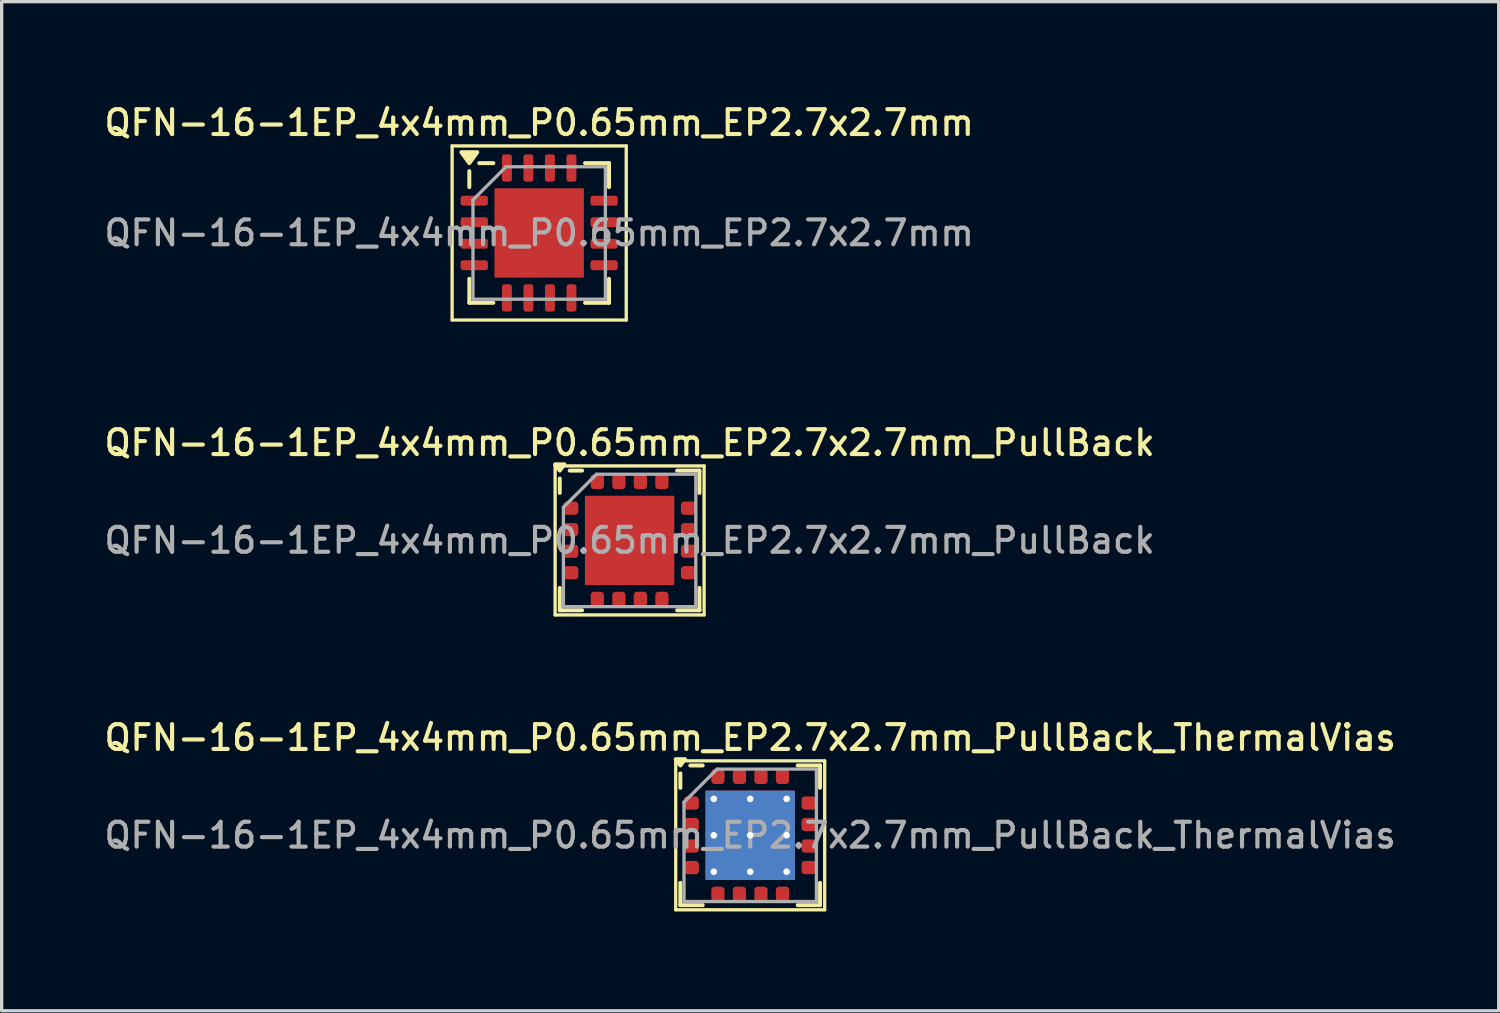
<source format=kicad_pcb>
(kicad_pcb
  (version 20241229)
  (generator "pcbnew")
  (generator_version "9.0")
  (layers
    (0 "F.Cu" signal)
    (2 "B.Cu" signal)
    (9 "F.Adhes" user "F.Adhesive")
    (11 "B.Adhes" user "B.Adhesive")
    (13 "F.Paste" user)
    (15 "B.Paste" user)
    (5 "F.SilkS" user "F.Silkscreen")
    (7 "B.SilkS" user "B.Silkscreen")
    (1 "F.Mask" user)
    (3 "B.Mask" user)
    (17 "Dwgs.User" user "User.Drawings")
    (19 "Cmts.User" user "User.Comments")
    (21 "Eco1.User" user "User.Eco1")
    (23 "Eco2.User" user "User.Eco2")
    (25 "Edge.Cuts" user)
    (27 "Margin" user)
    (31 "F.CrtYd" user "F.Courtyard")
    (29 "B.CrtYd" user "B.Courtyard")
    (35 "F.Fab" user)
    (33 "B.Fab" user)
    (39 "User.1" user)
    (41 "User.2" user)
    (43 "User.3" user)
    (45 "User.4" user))
  (footprint "QFN-16-1EP_4x4mm_P0.65mm_EP2.7x2.7mm_PullBack"
    (layer "F.Cu")
    (at 15.97 13.276)
    (property "Reference" "QFN-16-1EP_4x4mm_P0.65mm_EP2.7x2.7mm_PullBack" (at 0 -2.95 0) (layer "F.SilkS") (effects (font (size 0.75 0.75) (thickness 0.125))))
    (attr smd)
    (fp_line (start -2.25 -2.25) (end -2.25 2.25) (stroke (width 0.1) (type solid)) (layer "F.SilkS"))
    (fp_line (start -2.25 2.25) (end 2.25 2.25) (stroke (width 0.1) (type solid)) (layer "F.SilkS"))
    (fp_line (start -2.11 -1.435) (end -2.11 -1.87) (stroke (width 0.12) (type solid)) (layer "F.SilkS"))
    (fp_line (start -2.11 2.11) (end -2.11 1.435) (stroke (width 0.12) (type solid)) (layer "F.SilkS"))
    (fp_line (start -1.435 -2.11) (end -1.81 -2.11) (stroke (width 0.12) (type solid)) (layer "F.SilkS"))
    (fp_line (start -1.435 2.11) (end -2.11 2.11) (stroke (width 0.12) (type solid)) (layer "F.SilkS"))
    (fp_line (start 1.435 -2.11) (end 2.11 -2.11) (stroke (width 0.12) (type solid)) (layer "F.SilkS"))
    (fp_line (start 1.435 2.11) (end 2.11 2.11) (stroke (width 0.12) (type solid)) (layer "F.SilkS"))
    (fp_line (start 2.11 -2.11) (end 2.11 -1.435) (stroke (width 0.12) (type solid)) (layer "F.SilkS"))
    (fp_line (start 2.11 2.11) (end 2.11 1.435) (stroke (width 0.12) (type solid)) (layer "F.SilkS"))
    (fp_line (start 2.25 -2.25) (end -2.25 -2.25) (stroke (width 0.1) (type solid)) (layer "F.SilkS"))
    (fp_line (start 2.25 2.25) (end 2.25 -2.25) (stroke (width 0.1) (type solid)) (layer "F.SilkS"))
    (fp_poly (pts (xy -2.11 -2.11) (xy -2.25 -2.3) (xy -1.97 -2.3) (xy -2.11 -2.11)) (stroke (width 0.12) (type solid)) (fill yes) (layer "F.SilkS"))
    (fp_line (start -2 -1) (end -1 -2) (stroke (width 0.1) (type solid)) (layer "F.Fab"))
    (fp_line (start -2 2) (end -2 -1) (stroke (width 0.1) (type solid)) (layer "F.Fab"))
    (fp_line (start -1 -2) (end 2 -2) (stroke (width 0.1) (type solid)) (layer "F.Fab"))
    (fp_line (start 2 -2) (end 2 2) (stroke (width 0.1) (type solid)) (layer "F.Fab"))
    (fp_line (start 2 2) (end -2 2) (stroke (width 0.1) (type solid)) (layer "F.Fab"))
    (fp_text user "${REFERENCE}" (at 0 0 0) (layer "F.Fab") (effects (font (size 0.75 0.75) (thickness 0.125))))
    (pad "" smd roundrect (at -0.675 -0.675) (size 1.09 1.09) (layers "F.Paste") (roundrect_rratio 0.229))
    (pad "" smd roundrect (at -0.675 0.675) (size 1.09 1.09) (layers "F.Paste") (roundrect_rratio 0.229))
    (pad "" smd roundrect (at 0.675 -0.675) (size 1.09 1.09) (layers "F.Paste") (roundrect_rratio 0.229))
    (pad "" smd roundrect (at 0.675 0.675) (size 1.09 1.09) (layers "F.Paste") (roundrect_rratio 0.229))
    (pad "1" smd roundrect (at -1.775 -0.975) (size 0.45 0.4) (layers "F.Cu" "F.Mask" "F.Paste") (roundrect_rratio 0.25))
    (pad "2" smd roundrect (at -1.775 -0.325) (size 0.45 0.4) (layers "F.Cu" "F.Mask" "F.Paste") (roundrect_rratio 0.25))
    (pad "3" smd roundrect (at -1.775 0.325) (size 0.45 0.4) (layers "F.Cu" "F.Mask" "F.Paste") (roundrect_rratio 0.25))
    (pad "4" smd roundrect (at -1.775 0.975) (size 0.45 0.4) (layers "F.Cu" "F.Mask" "F.Paste") (roundrect_rratio 0.25))
    (pad "5" smd roundrect (at -0.975 1.775) (size 0.4 0.45) (layers "F.Cu" "F.Mask" "F.Paste") (roundrect_rratio 0.25))
    (pad "6" smd roundrect (at -0.325 1.775) (size 0.4 0.45) (layers "F.Cu" "F.Mask" "F.Paste") (roundrect_rratio 0.25))
    (pad "7" smd roundrect (at 0.325 1.775) (size 0.4 0.45) (layers "F.Cu" "F.Mask" "F.Paste") (roundrect_rratio 0.25))
    (pad "8" smd roundrect (at 0.975 1.775) (size 0.4 0.45) (layers "F.Cu" "F.Mask" "F.Paste") (roundrect_rratio 0.25))
    (pad "9" smd roundrect (at 1.775 0.975) (size 0.45 0.4) (layers "F.Cu" "F.Mask" "F.Paste") (roundrect_rratio 0.25))
    (pad "10" smd roundrect (at 1.775 0.325) (size 0.45 0.4) (layers "F.Cu" "F.Mask" "F.Paste") (roundrect_rratio 0.25))
    (pad "11" smd roundrect (at 1.775 -0.325) (size 0.45 0.4) (layers "F.Cu" "F.Mask" "F.Paste") (roundrect_rratio 0.25))
    (pad "12" smd roundrect (at 1.775 -0.975) (size 0.45 0.4) (layers "F.Cu" "F.Mask" "F.Paste") (roundrect_rratio 0.25))
    (pad "13" smd roundrect (at 0.975 -1.775) (size 0.4 0.45) (layers "F.Cu" "F.Mask" "F.Paste") (roundrect_rratio 0.25))
    (pad "14" smd roundrect (at 0.325 -1.775) (size 0.4 0.45) (layers "F.Cu" "F.Mask" "F.Paste") (roundrect_rratio 0.25))
    (pad "15" smd roundrect (at -0.325 -1.775) (size 0.4 0.45) (layers "F.Cu" "F.Mask" "F.Paste") (roundrect_rratio 0.25))
    (pad "16" smd roundrect (at -0.975 -1.775) (size 0.4 0.45) (layers "F.Cu" "F.Mask" "F.Paste") (roundrect_rratio 0.25))
    (pad "17" smd rect (at 0 0) (size 2.7 2.7) (property pad_prop_heatsink) (layers "F.Cu" "F.Mask")))
  (footprint "QFN-16-1EP_4x4mm_P0.65mm_EP2.7x2.7mm"
    (layer "F.Cu")
    (at 13.238 3.988)
    (property "Reference" "QFN-16-1EP_4x4mm_P0.65mm_EP2.7x2.7mm" (at 0 -3.33 0) (layer "F.SilkS") (effects (font (size 0.75 0.75) (thickness 0.125))))
    (attr smd)
    (fp_line (start -2.63 -2.63) (end -2.63 2.63) (stroke (width 0.1) (type solid)) (layer "F.SilkS"))
    (fp_line (start -2.63 2.63) (end 2.63 2.63) (stroke (width 0.1) (type solid)) (layer "F.SilkS"))
    (fp_line (start -2.11 -1.385) (end -2.11 -1.87) (stroke (width 0.12) (type solid)) (layer "F.SilkS"))
    (fp_line (start -2.11 2.11) (end -2.11 1.385) (stroke (width 0.12) (type solid)) (layer "F.SilkS"))
    (fp_line (start -1.385 -2.11) (end -1.81 -2.11) (stroke (width 0.12) (type solid)) (layer "F.SilkS"))
    (fp_line (start -1.385 2.11) (end -2.11 2.11) (stroke (width 0.12) (type solid)) (layer "F.SilkS"))
    (fp_line (start 1.385 -2.11) (end 2.11 -2.11) (stroke (width 0.12) (type solid)) (layer "F.SilkS"))
    (fp_line (start 1.385 2.11) (end 2.11 2.11) (stroke (width 0.12) (type solid)) (layer "F.SilkS"))
    (fp_line (start 2.11 -2.11) (end 2.11 -1.385) (stroke (width 0.12) (type solid)) (layer "F.SilkS"))
    (fp_line (start 2.11 2.11) (end 2.11 1.385) (stroke (width 0.12) (type solid)) (layer "F.SilkS"))
    (fp_line (start 2.63 -2.63) (end -2.63 -2.63) (stroke (width 0.1) (type solid)) (layer "F.SilkS"))
    (fp_line (start 2.63 2.63) (end 2.63 -2.63) (stroke (width 0.1) (type solid)) (layer "F.SilkS"))
    (fp_poly (pts (xy -2.11 -2.11) (xy -2.35 -2.44) (xy -1.87 -2.44) (xy -2.11 -2.11)) (stroke (width 0.12) (type solid)) (fill yes) (layer "F.SilkS"))
    (fp_line (start -2 -1) (end -1 -2) (stroke (width 0.1) (type solid)) (layer "F.Fab"))
    (fp_line (start -2 2) (end -2 -1) (stroke (width 0.1) (type solid)) (layer "F.Fab"))
    (fp_line (start -1 -2) (end 2 -2) (stroke (width 0.1) (type solid)) (layer "F.Fab"))
    (fp_line (start 2 -2) (end 2 2) (stroke (width 0.1) (type solid)) (layer "F.Fab"))
    (fp_line (start 2 2) (end -2 2) (stroke (width 0.1) (type solid)) (layer "F.Fab"))
    (fp_text user "${REFERENCE}" (at 0 0 0) (layer "F.Fab") (effects (font (size 0.75 0.75) (thickness 0.125))))
    (pad "" smd roundrect (at -0.675 -0.675) (size 1.09 1.09) (layers "F.Paste") (roundrect_rratio 0.229))
    (pad "" smd roundrect (at -0.675 0.675) (size 1.09 1.09) (layers "F.Paste") (roundrect_rratio 0.229))
    (pad "" smd roundrect (at 0.675 -0.675) (size 1.09 1.09) (layers "F.Paste") (roundrect_rratio 0.229))
    (pad "" smd roundrect (at 0.675 0.675) (size 1.09 1.09) (layers "F.Paste") (roundrect_rratio 0.229))
    (pad "1" smd roundrect (at -1.962 -0.975) (size 0.825 0.3) (layers "F.Cu" "F.Mask" "F.Paste") (roundrect_rratio 0.25))
    (pad "2" smd roundrect (at -1.962 -0.325) (size 0.825 0.3) (layers "F.Cu" "F.Mask" "F.Paste") (roundrect_rratio 0.25))
    (pad "3" smd roundrect (at -1.962 0.325) (size 0.825 0.3) (layers "F.Cu" "F.Mask" "F.Paste") (roundrect_rratio 0.25))
    (pad "4" smd roundrect (at -1.962 0.975) (size 0.825 0.3) (layers "F.Cu" "F.Mask" "F.Paste") (roundrect_rratio 0.25))
    (pad "5" smd roundrect (at -0.975 1.962) (size 0.3 0.825) (layers "F.Cu" "F.Mask" "F.Paste") (roundrect_rratio 0.25))
    (pad "6" smd roundrect (at -0.325 1.962) (size 0.3 0.825) (layers "F.Cu" "F.Mask" "F.Paste") (roundrect_rratio 0.25))
    (pad "7" smd roundrect (at 0.325 1.962) (size 0.3 0.825) (layers "F.Cu" "F.Mask" "F.Paste") (roundrect_rratio 0.25))
    (pad "8" smd roundrect (at 0.975 1.962) (size 0.3 0.825) (layers "F.Cu" "F.Mask" "F.Paste") (roundrect_rratio 0.25))
    (pad "9" smd roundrect (at 1.962 0.975) (size 0.825 0.3) (layers "F.Cu" "F.Mask" "F.Paste") (roundrect_rratio 0.25))
    (pad "10" smd roundrect (at 1.962 0.325) (size 0.825 0.3) (layers "F.Cu" "F.Mask" "F.Paste") (roundrect_rratio 0.25))
    (pad "11" smd roundrect (at 1.962 -0.325) (size 0.825 0.3) (layers "F.Cu" "F.Mask" "F.Paste") (roundrect_rratio 0.25))
    (pad "12" smd roundrect (at 1.962 -0.975) (size 0.825 0.3) (layers "F.Cu" "F.Mask" "F.Paste") (roundrect_rratio 0.25))
    (pad "13" smd roundrect (at 0.975 -1.962) (size 0.3 0.825) (layers "F.Cu" "F.Mask" "F.Paste") (roundrect_rratio 0.25))
    (pad "14" smd roundrect (at 0.325 -1.962) (size 0.3 0.825) (layers "F.Cu" "F.Mask" "F.Paste") (roundrect_rratio 0.25))
    (pad "15" smd roundrect (at -0.325 -1.962) (size 0.3 0.825) (layers "F.Cu" "F.Mask" "F.Paste") (roundrect_rratio 0.25))
    (pad "16" smd roundrect (at -0.975 -1.962) (size 0.3 0.825) (layers "F.Cu" "F.Mask" "F.Paste") (roundrect_rratio 0.25))
    (pad "17" smd rect (at 0 0) (size 2.7 2.7) (property pad_prop_heatsink) (layers "F.Cu" "F.Mask")))
  (footprint "QFN-16-1EP_4x4mm_P0.65mm_EP2.7x2.7mm_PullBack_ThermalVias"
    (layer "F.Cu")
    (at 19.613 22.184)
    (property "Reference" "QFN-16-1EP_4x4mm_P0.65mm_EP2.7x2.7mm_PullBack_ThermalVias" (at 0 -2.95 0) (layer "F.SilkS") (effects (font (size 0.75 0.75) (thickness 0.125))))
    (attr smd)
    (fp_line (start -2.25 -2.25) (end -2.25 2.25) (stroke (width 0.1) (type solid)) (layer "F.SilkS"))
    (fp_line (start -2.25 2.25) (end 2.25 2.25) (stroke (width 0.1) (type solid)) (layer "F.SilkS"))
    (fp_line (start -2.11 -1.435) (end -2.11 -1.87) (stroke (width 0.12) (type solid)) (layer "F.SilkS"))
    (fp_line (start -2.11 2.11) (end -2.11 1.435) (stroke (width 0.12) (type solid)) (layer "F.SilkS"))
    (fp_line (start -1.435 -2.11) (end -1.81 -2.11) (stroke (width 0.12) (type solid)) (layer "F.SilkS"))
    (fp_line (start -1.435 2.11) (end -2.11 2.11) (stroke (width 0.12) (type solid)) (layer "F.SilkS"))
    (fp_line (start 1.435 -2.11) (end 2.11 -2.11) (stroke (width 0.12) (type solid)) (layer "F.SilkS"))
    (fp_line (start 1.435 2.11) (end 2.11 2.11) (stroke (width 0.12) (type solid)) (layer "F.SilkS"))
    (fp_line (start 2.11 -2.11) (end 2.11 -1.435) (stroke (width 0.12) (type solid)) (layer "F.SilkS"))
    (fp_line (start 2.11 2.11) (end 2.11 1.435) (stroke (width 0.12) (type solid)) (layer "F.SilkS"))
    (fp_line (start 2.25 -2.25) (end -2.25 -2.25) (stroke (width 0.1) (type solid)) (layer "F.SilkS"))
    (fp_line (start 2.25 2.25) (end 2.25 -2.25) (stroke (width 0.1) (type solid)) (layer "F.SilkS"))
    (fp_poly (pts (xy -2.11 -2.11) (xy -2.25 -2.3) (xy -1.97 -2.3) (xy -2.11 -2.11)) (stroke (width 0.12) (type solid)) (fill yes) (layer "F.SilkS"))
    (fp_line (start -2 -1) (end -1 -2) (stroke (width 0.1) (type solid)) (layer "F.Fab"))
    (fp_line (start -2 2) (end -2 -1) (stroke (width 0.1) (type solid)) (layer "F.Fab"))
    (fp_line (start -1 -2) (end 2 -2) (stroke (width 0.1) (type solid)) (layer "F.Fab"))
    (fp_line (start 2 -2) (end 2 2) (stroke (width 0.1) (type solid)) (layer "F.Fab"))
    (fp_line (start 2 2) (end -2 2) (stroke (width 0.1) (type solid)) (layer "F.Fab"))
    (fp_text user "${REFERENCE}" (at 0 0 0) (layer "F.Fab") (effects (font (size 0.75 0.75) (thickness 0.125))))
    (pad "" smd roundrect (at -0.675 -0.675) (size 1.17 1.17) (layers "F.Paste") (roundrect_rratio 0.214))
    (pad "" smd roundrect (at -0.675 0.675) (size 1.17 1.17) (layers "F.Paste") (roundrect_rratio 0.214))
    (pad "" smd roundrect (at 0.675 -0.675) (size 1.17 1.17) (layers "F.Paste") (roundrect_rratio 0.214))
    (pad "" smd roundrect (at 0.675 0.675) (size 1.17 1.17) (layers "F.Paste") (roundrect_rratio 0.214))
    (pad "1" smd roundrect (at -1.775 -0.975) (size 0.45 0.4) (layers "F.Cu" "F.Mask" "F.Paste") (roundrect_rratio 0.25))
    (pad "2" smd roundrect (at -1.775 -0.325) (size 0.45 0.4) (layers "F.Cu" "F.Mask" "F.Paste") (roundrect_rratio 0.25))
    (pad "3" smd roundrect (at -1.775 0.325) (size 0.45 0.4) (layers "F.Cu" "F.Mask" "F.Paste") (roundrect_rratio 0.25))
    (pad "4" smd roundrect (at -1.775 0.975) (size 0.45 0.4) (layers "F.Cu" "F.Mask" "F.Paste") (roundrect_rratio 0.25))
    (pad "5" smd roundrect (at -0.975 1.775) (size 0.4 0.45) (layers "F.Cu" "F.Mask" "F.Paste") (roundrect_rratio 0.25))
    (pad "6" smd roundrect (at -0.325 1.775) (size 0.4 0.45) (layers "F.Cu" "F.Mask" "F.Paste") (roundrect_rratio 0.25))
    (pad "7" smd roundrect (at 0.325 1.775) (size 0.4 0.45) (layers "F.Cu" "F.Mask" "F.Paste") (roundrect_rratio 0.25))
    (pad "8" smd roundrect (at 0.975 1.775) (size 0.4 0.45) (layers "F.Cu" "F.Mask" "F.Paste") (roundrect_rratio 0.25))
    (pad "9" smd roundrect (at 1.775 0.975) (size 0.45 0.4) (layers "F.Cu" "F.Mask" "F.Paste") (roundrect_rratio 0.25))
    (pad "10" smd roundrect (at 1.775 0.325) (size 0.45 0.4) (layers "F.Cu" "F.Mask" "F.Paste") (roundrect_rratio 0.25))
    (pad "11" smd roundrect (at 1.775 -0.325) (size 0.45 0.4) (layers "F.Cu" "F.Mask" "F.Paste") (roundrect_rratio 0.25))
    (pad "12" smd roundrect (at 1.775 -0.975) (size 0.45 0.4) (layers "F.Cu" "F.Mask" "F.Paste") (roundrect_rratio 0.25))
    (pad "13" smd roundrect (at 0.975 -1.775) (size 0.4 0.45) (layers "F.Cu" "F.Mask" "F.Paste") (roundrect_rratio 0.25))
    (pad "14" smd roundrect (at 0.325 -1.775) (size 0.4 0.45) (layers "F.Cu" "F.Mask" "F.Paste") (roundrect_rratio 0.25))
    (pad "15" smd roundrect (at -0.325 -1.775) (size 0.4 0.45) (layers "F.Cu" "F.Mask" "F.Paste") (roundrect_rratio 0.25))
    (pad "16" smd roundrect (at -0.975 -1.775) (size 0.4 0.45) (layers "F.Cu" "F.Mask" "F.Paste") (roundrect_rratio 0.25))
    (pad "17" thru_hole circle (at -1.1 -1.1) (size 0.5 0.5) (drill 0.2) (property pad_prop_heatsink) (layers "*.Cu"))
    (pad "17" thru_hole circle (at -1.1 0) (size 0.5 0.5) (drill 0.2) (property pad_prop_heatsink) (layers "*.Cu"))
    (pad "17" thru_hole circle (at -1.1 1.1) (size 0.5 0.5) (drill 0.2) (property pad_prop_heatsink) (layers "*.Cu"))
    (pad "17" thru_hole circle (at 0 -1.1) (size 0.5 0.5) (drill 0.2) (property pad_prop_heatsink) (layers "*.Cu"))
    (pad "17" thru_hole circle (at 0 0) (size 0.5 0.5) (drill 0.2) (property pad_prop_heatsink) (layers "*.Cu"))
    (pad "17" smd rect (at 0 0) (size 2.7 2.7) (property pad_prop_heatsink) (layers "F.Cu" "F.Mask"))
    (pad "17" smd rect (at 0 0) (size 2.7 2.7) (property pad_prop_heatsink) (layers "B.Cu"))
    (pad "17" thru_hole circle (at 0 1.1) (size 0.5 0.5) (drill 0.2) (property pad_prop_heatsink) (layers "*.Cu"))
    (pad "17" thru_hole circle (at 1.1 -1.1) (size 0.5 0.5) (drill 0.2) (property pad_prop_heatsink) (layers "*.Cu"))
    (pad "17" thru_hole circle (at 1.1 0) (size 0.5 0.5) (drill 0.2) (property pad_prop_heatsink) (layers "*.Cu"))
    (pad "17" thru_hole circle (at 1.1 1.1) (size 0.5 0.5) (drill 0.2) (property pad_prop_heatsink) (layers "*.Cu")))
  (gr_rect
    (start -3 -3)
    (end 42.225 27.484)
    (stroke (width 0.1) (type default))
    (fill no)
    (layer "Edge.Cuts")))
</source>
